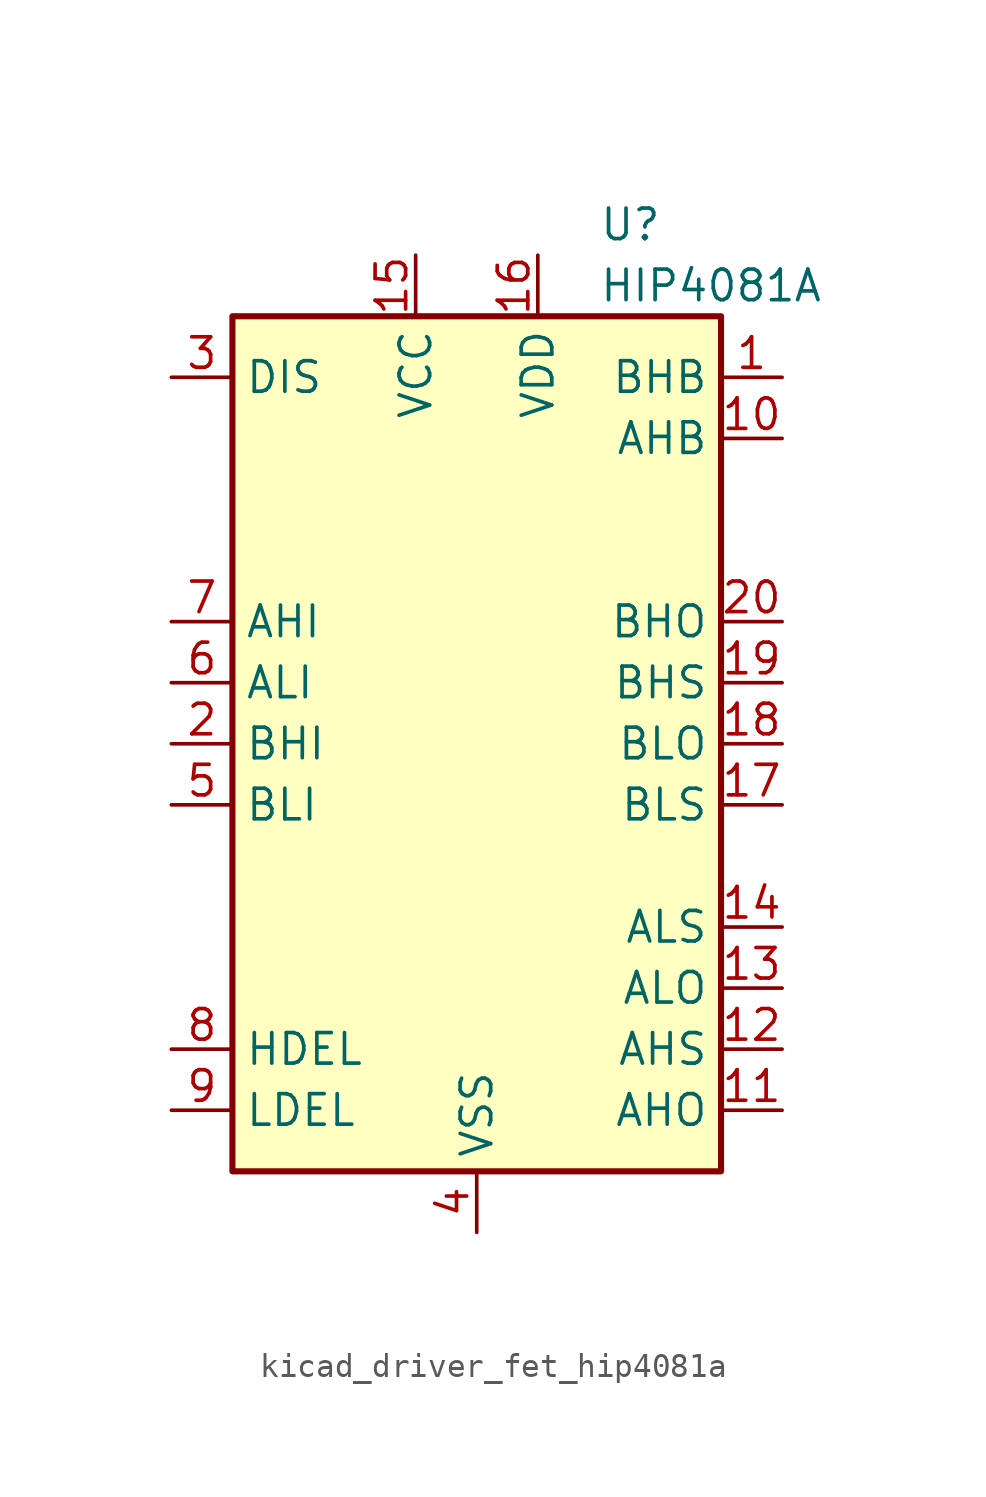
<source format=kicad_sym>
(kicad_symbol_lib
  (version 20220914)
  (generator kicad_symbol_editor)
  (symbol "kicad_driver_fet_hip4081a"
    (property "Reference" "U"
      (at 5.08 21.59 0)
      (effects (font (size 1.27 1.27)) (justify left)))
    (property "Value" "HIP4081A"
      (at 5.08 19.05 0)
      (effects (font (size 1.27 1.27)) (justify left)))
    (symbol "kicad_driver_fet_hip4081a_0_1"
      (rectangle (start -10.16 -17.78) (end 10.16 17.78) (stroke (width 0.254) (type default)) (fill (type background))))
    (symbol "kicad_driver_fet_hip4081a_1_1"
      (pin input line (at 12.7 15.24 180) (length 2.54) (name "BHB" (effects (font (size 1.27 1.27)))) (number "1" (effects (font (size 1.27 1.27)))))
      (pin input line (at 12.7 12.7 180) (length 2.54) (name "AHB" (effects (font (size 1.27 1.27)))) (number "10" (effects (font (size 1.27 1.27)))))
      (pin output line (at 12.7 -15.24 180) (length 2.54) (name "AHO" (effects (font (size 1.27 1.27)))) (number "11" (effects (font (size 1.27 1.27)))))
      (pin passive line (at 12.7 -12.7 180) (length 2.54) (name "AHS" (effects (font (size 1.27 1.27)))) (number "12" (effects (font (size 1.27 1.27)))))
      (pin output line (at 12.7 -10.16 180) (length 2.54) (name "ALO" (effects (font (size 1.27 1.27)))) (number "13" (effects (font (size 1.27 1.27)))))
      (pin passive line (at 12.7 -7.62 180) (length 2.54) (name "ALS" (effects (font (size 1.27 1.27)))) (number "14" (effects (font (size 1.27 1.27)))))
      (pin power_in line (at -2.54 20.32 270) (length 2.54) (name "VCC" (effects (font (size 1.27 1.27)))) (number "15" (effects (font (size 1.27 1.27)))))
      (pin power_in line (at 2.54 20.32 270) (length 2.54) (name "VDD" (effects (font (size 1.27 1.27)))) (number "16" (effects (font (size 1.27 1.27)))))
      (pin passive line (at 12.7 -2.54 180) (length 2.54) (name "BLS" (effects (font (size 1.27 1.27)))) (number "17" (effects (font (size 1.27 1.27)))))
      (pin output line (at 12.7 0 180) (length 2.54) (name "BLO" (effects (font (size 1.27 1.27)))) (number "18" (effects (font (size 1.27 1.27)))))
      (pin passive line (at 12.7 2.54 180) (length 2.54) (name "BHS" (effects (font (size 1.27 1.27)))) (number "19" (effects (font (size 1.27 1.27)))))
      (pin input line (at -12.7 0 0) (length 2.54) (name "BHI" (effects (font (size 1.27 1.27)))) (number "2" (effects (font (size 1.27 1.27)))))
      (pin output line (at 12.7 5.08 180) (length 2.54) (name "BHO" (effects (font (size 1.27 1.27)))) (number "20" (effects (font (size 1.27 1.27)))))
      (pin output line (at -12.7 15.24 0) (length 2.54) (name "DIS" (effects (font (size 1.27 1.27)))) (number "3" (effects (font (size 1.27 1.27)))))
      (pin power_in line (at 0 -20.32 90) (length 2.54) (name "VSS" (effects (font (size 1.27 1.27)))) (number "4" (effects (font (size 1.27 1.27)))))
      (pin input line (at -12.7 -2.54 0) (length 2.54) (name "BLI" (effects (font (size 1.27 1.27)))) (number "5" (effects (font (size 1.27 1.27)))))
      (pin input line (at -12.7 2.54 0) (length 2.54) (name "ALI" (effects (font (size 1.27 1.27)))) (number "6" (effects (font (size 1.27 1.27)))))
      (pin input line (at -12.7 5.08 0) (length 2.54) (name "AHI" (effects (font (size 1.27 1.27)))) (number "7" (effects (font (size 1.27 1.27)))))
      (pin passive line (at -12.7 -12.7 0) (length 2.54) (name "HDEL" (effects (font (size 1.27 1.27)))) (number "8" (effects (font (size 1.27 1.27)))))
      (pin passive line (at -12.7 -15.24 0) (length 2.54) (name "LDEL" (effects (font (size 1.27 1.27)))) (number "9" (effects (font (size 1.27 1.27))))))))
</source>
